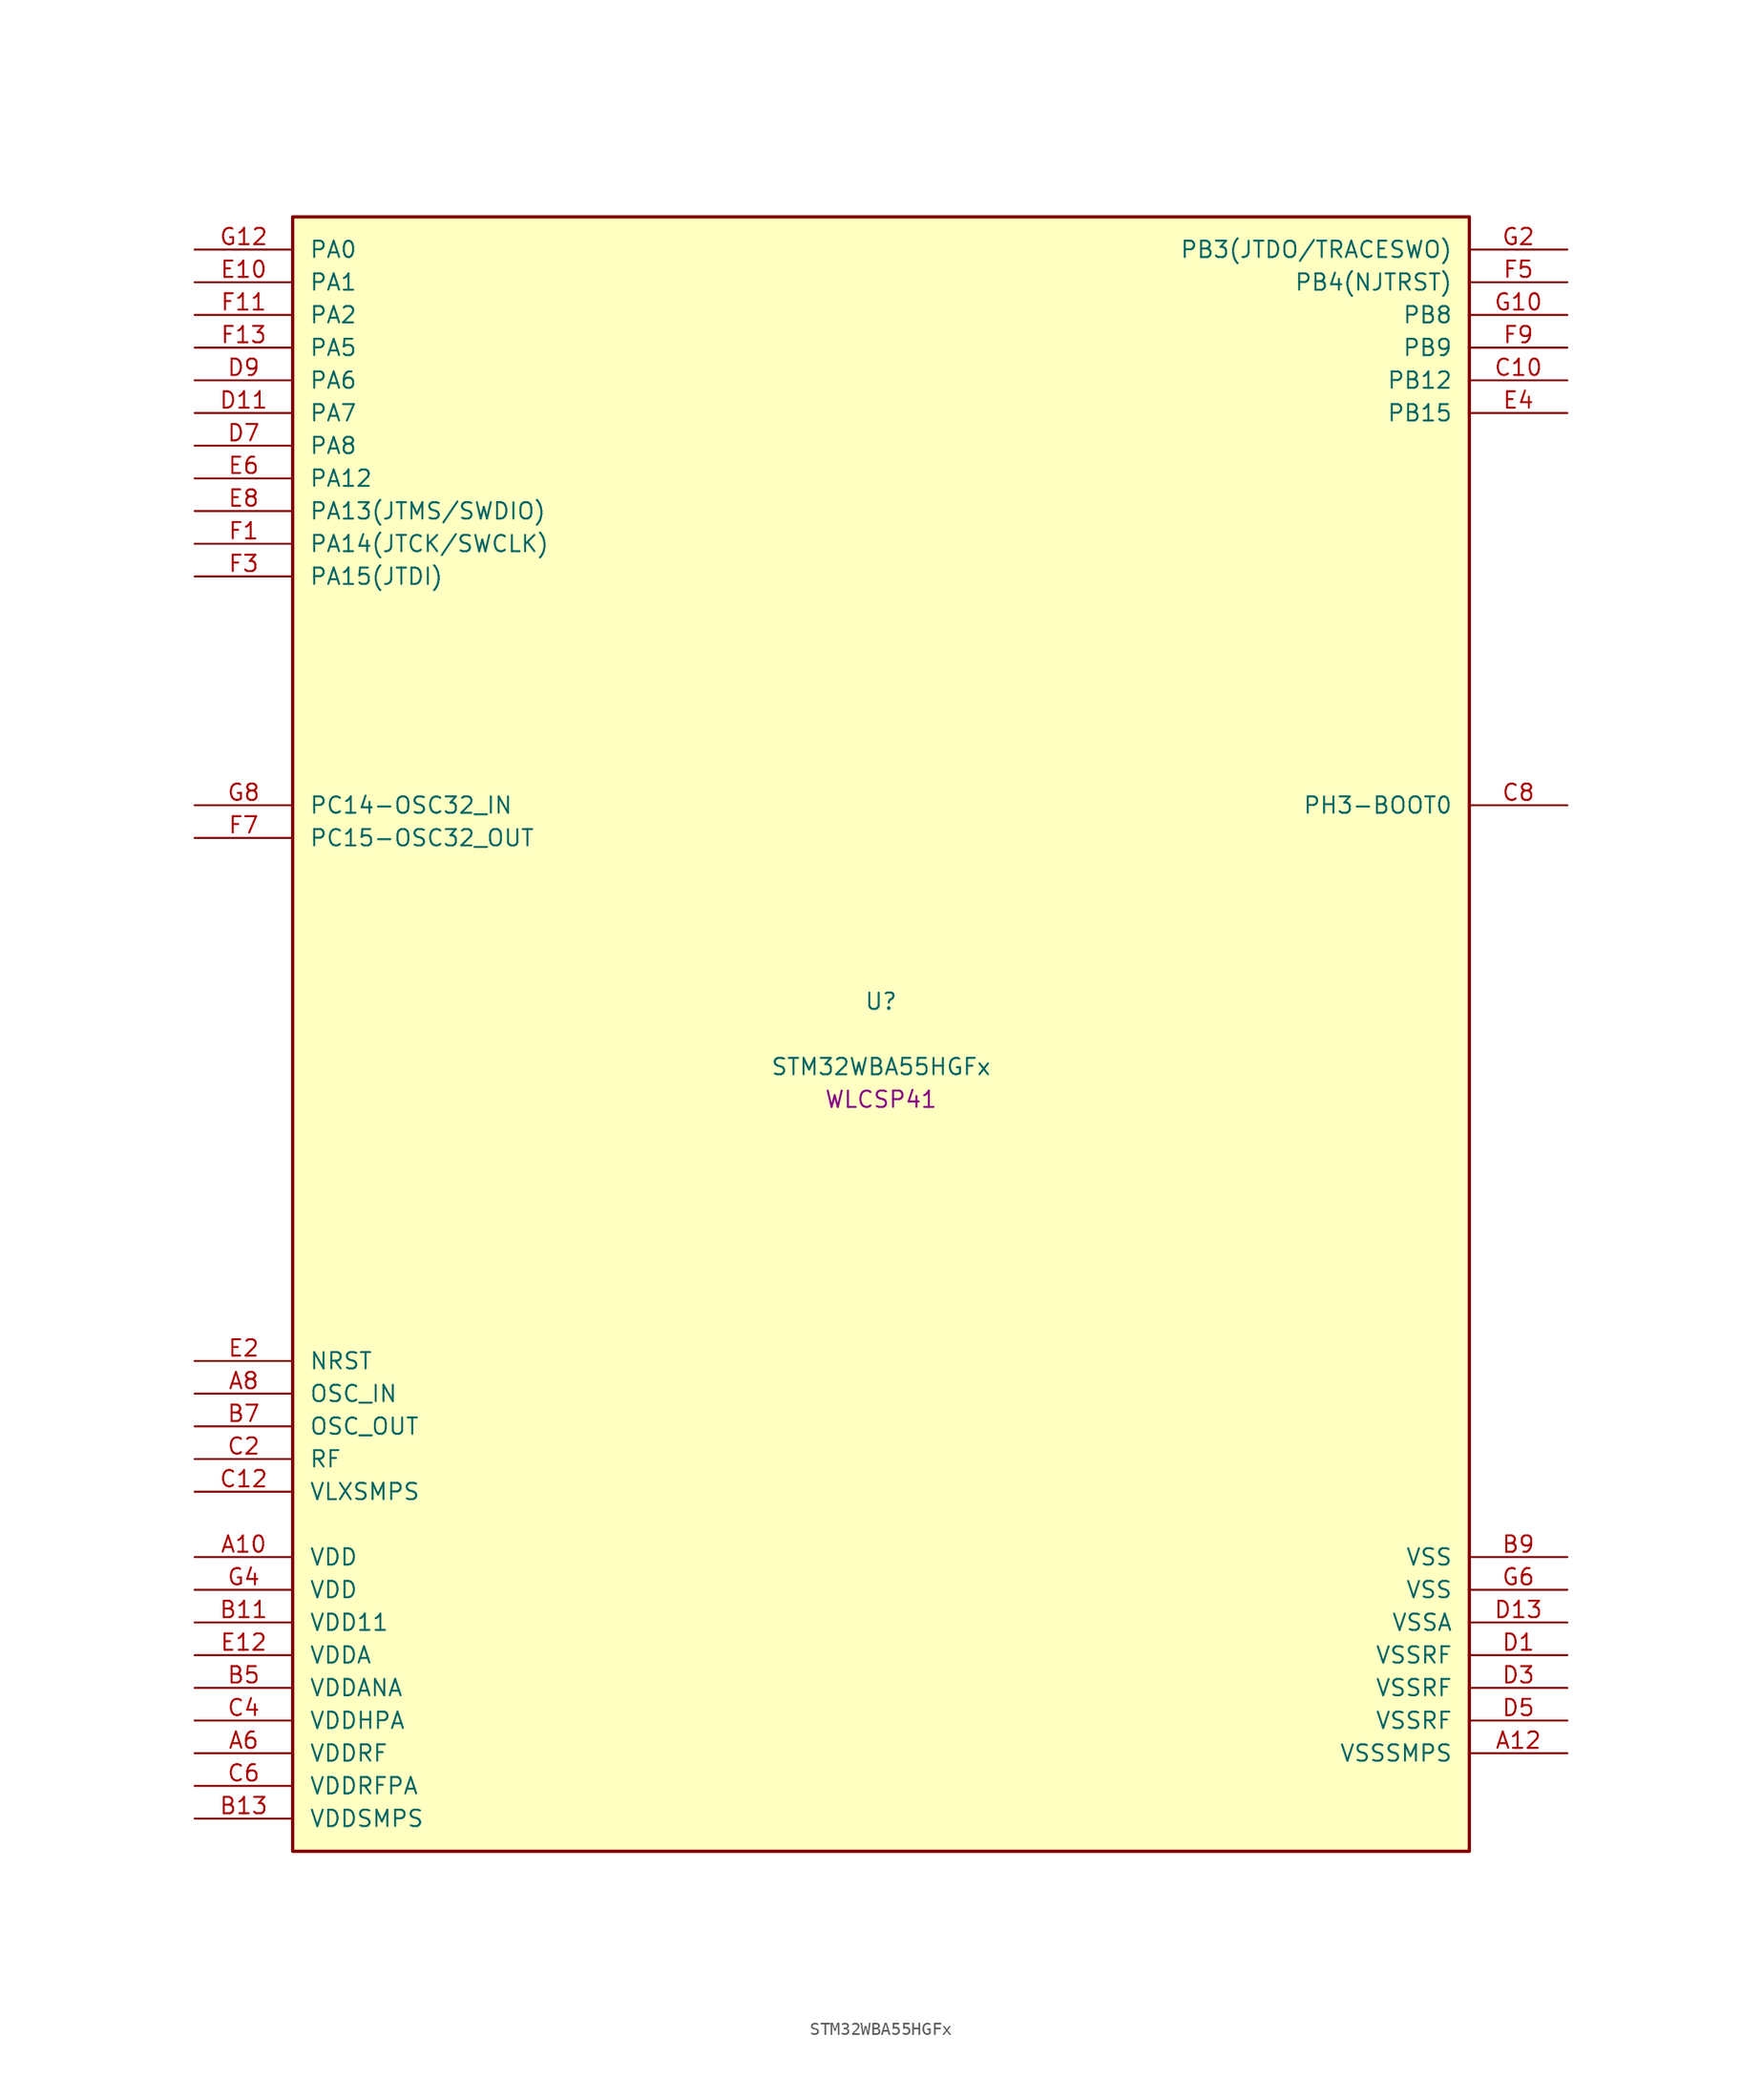
<source format=kicad_sym>
(kicad_symbol_lib
  (version 20241209)
  (generator "stm32_pkl_generator")
  (generator_version "1.0")
  (symbol "STM32WBA55HGFx"
    (pin_names
      (offset 1.27))
    (property "Reference" "U"
      (at 0 2.54 0))
    (property "Value" "STM32WBA55HGFx"
      (at 0 -2.54 0))
    (property "Footprint" "WLCSP41"
      (at 0 -5.08 0))
    (symbol "STM32WBA55HGFx_1_1"
      (rectangle (start -45.72 63.5) (end 45.72 -63.5) (stroke (width 0.254) (type solid)) (fill (type background)))
      (pin bidirectional line (at -53.34 60.96 0) (length 7.62) (name "PA0") (number "G12") (alternate "PA0/ADC4_IN9" bidirectional line) (alternate "PA0/COMP2_INP" bidirectional line) (alternate "PA0/LPTIM1_IN1" bidirectional line) (alternate "PA0/LPUART1_CTS" bidirectional line) (alternate "PA0/PWR_WKUP1" bidirectional line) (alternate "PA0/SPI3_SCK" bidirectional line) (alternate "PA0/TIM1_CH2N" bidirectional line) (alternate "PA0/TIM3_CH3" bidirectional line) (alternate "PA0/TIM3_ETR" bidirectional line) (alternate "PA0/TSC_G2_IO2" bidirectional line))
      (pin bidirectional line (at -53.34 58.42 0) (length 7.62) (name "PA1") (number "E10") (alternate "PA1/ADC4_IN8" bidirectional line) (alternate "PA1/COMP1_INM" bidirectional line) (alternate "PA1/LPTIM2_CH2" bidirectional line) (alternate "PA1/LPUART1_RX" bidirectional line) (alternate "PA1/PWR_WKUP3" bidirectional line) (alternate "PA1/SAI1_CK1" bidirectional line) (alternate "PA1/SPI1_RDY" bidirectional line) (alternate "PA1/TIM17_CH1" bidirectional line) (alternate "PA1/TIM1_CH1N" bidirectional line) (alternate "PA1/TIM3_CH2" bidirectional line) (alternate "PA1/TSC_G2_IO1" bidirectional line) (alternate "PA1/USART1_CK" bidirectional line))
      (pin bidirectional line (at -53.34 55.88 0) (length 7.62) (name "PA2") (number "F11") (alternate "PA2/ADC4_IN7" bidirectional line) (alternate "PA2/COMP1_INP" bidirectional line) (alternate "PA2/LPUART1_TX" bidirectional line) (alternate "PA2/PWR_WKUP4" bidirectional line) (alternate "PA2/RCC_LSCO" bidirectional line) (alternate "PA2/SAI1_D1" bidirectional line) (alternate "PA2/TIM16_CH1" bidirectional line) (alternate "PA2/TIM1_BKIN" bidirectional line) (alternate "PA2/TIM3_CH1" bidirectional line) (alternate "PA2/TSC_G4_IO4" bidirectional line) (alternate "PA2/USART1_DE" bidirectional line) (alternate "PA2/USART1_RTS" bidirectional line))
      (pin bidirectional line (at -53.34 53.34 0) (length 7.62) (name "PA5") (number "F13") (alternate "PA5/ADC4_IN4" bidirectional line) (alternate "PA5/AUDIOCLK" bidirectional line) (alternate "PA5/LPTIM2_ETR" bidirectional line) (alternate "PA5/PWR_CSLEEP" bidirectional line) (alternate "PA5/PWR_WKUP6" bidirectional line) (alternate "PA5/SAI1_D2" bidirectional line) (alternate "PA5/SPI3_NSS" bidirectional line) (alternate "PA5/TIM2_CH1" bidirectional line) (alternate "PA5/TIM2_ETR" bidirectional line) (alternate "PA5/TSC_G1_IO4" bidirectional line) (alternate "PA5/USART1_CK" bidirectional line))
      (pin bidirectional line (at -53.34 50.8 0) (length 7.62) (name "PA6") (number "D9") (alternate "PA6/ADC4_IN3" bidirectional line) (alternate "PA6/I2C3_SCL" bidirectional line) (alternate "PA6/PWR_CSTOP" bidirectional line) (alternate "PA6/PWR_WKUP7" bidirectional line) (alternate "PA6/SAI1_CK2" bidirectional line) (alternate "PA6/SAI1_MCLK_A" bidirectional line) (alternate "PA6/SPI3_RDY" bidirectional line) (alternate "PA6/TIM2_CH4" bidirectional line) (alternate "PA6/TSC_G1_IO3" bidirectional line) (alternate "PA6/USART1_DE" bidirectional line) (alternate "PA6/USART1_RTS" bidirectional line))
      (pin bidirectional line (at -53.34 48.26 0) (length 7.62) (name "PA7") (number "D11") (alternate "PA7/ADC4_IN2" bidirectional line) (alternate "PA7/COMP1_OUT" bidirectional line) (alternate "PA7/I2C3_SDA" bidirectional line) (alternate "PA7/PWR_WKUP8" bidirectional line) (alternate "PA7/SAI1_SCK_A" bidirectional line) (alternate "PA7/TAMP_IN1" bidirectional line) (alternate "PA7/TAMP_OUT2" bidirectional line) (alternate "PA7/TIM2_CH3" bidirectional line) (alternate "PA7/TSC_G1_IO2" bidirectional line) (alternate "PA7/USART1_CTS" bidirectional line))
      (pin bidirectional line (at -53.34 45.72 0) (length 7.62) (name "PA8") (number "D7") (alternate "PA8/ADC4_IN1" bidirectional line) (alternate "PA8/LPTIM1_CH2" bidirectional line) (alternate "PA8/RCC_MCO" bidirectional line) (alternate "PA8/SAI1_FS_A" bidirectional line) (alternate "PA8/SPI3_RDY" bidirectional line) (alternate "PA8/TIM2_CH2" bidirectional line) (alternate "PA8/TSC_G1_IO1" bidirectional line) (alternate "PA8/USART1_RX" bidirectional line))
      (pin bidirectional line (at -53.34 43.18 0) (length 7.62) (name "PA12") (number "E6") (alternate "PA12/COMP2_OUT" bidirectional line) (alternate "PA12/PTA_STATUS" bidirectional line) (alternate "PA12/PWR_WKUP6" bidirectional line) (alternate "PA12/RF_ANTSW0" bidirectional line) (alternate "PA12/SPI1_NSS" bidirectional line) (alternate "PA12/TIM1_CH2" bidirectional line) (alternate "PA12/TSC_G3_IO4" bidirectional line) (alternate "PA12/USART2_TX" bidirectional line))
      (pin bidirectional line (at -53.34 40.64 0) (length 7.62) (name "PA13(JTMS/SWDIO)") (number "E8") (alternate "PA13(JTMS/SWDIO)/DEBUG_JTMS-SWDIO" bidirectional line) (alternate "PA13(JTMS/SWDIO)/IR_OUT" bidirectional line) (alternate "PA13(JTMS/SWDIO)/PTA_PRIORITY" bidirectional line))
      (pin bidirectional line (at -53.34 38.1 0) (length 7.62) (name "PA14(JTCK/SWCLK)") (number "F1") (alternate "PA14(JTCK/SWCLK)/COMP2_OUT" bidirectional line) (alternate "PA14(JTCK/SWCLK)/DEBUG_JTCK-SWCLK" bidirectional line) (alternate "PA14(JTCK/SWCLK)/PTA_STATUS" bidirectional line) (alternate "PA14(JTCK/SWCLK)/TAMP_IN3" bidirectional line) (alternate "PA14(JTCK/SWCLK)/TAMP_OUT6" bidirectional line) (alternate "PA14(JTCK/SWCLK)/USART2_TX" bidirectional line))
      (pin bidirectional line (at -53.34 35.56 0) (length 7.62) (name "PA15(JTDI)") (number "F3") (alternate "PA15(JTDI)/ADC4_EXTI15" bidirectional line) (alternate "PA15(JTDI)/DEBUG_JTDI" bidirectional line) (alternate "PA15(JTDI)/I2C1_SCL" bidirectional line) (alternate "PA15(JTDI)/LPTIM1_CH2" bidirectional line) (alternate "PA15(JTDI)/PTA_STATUS" bidirectional line) (alternate "PA15(JTDI)/SPI1_MOSI" bidirectional line) (alternate "PA15(JTDI)/TIM17_BKIN" bidirectional line) (alternate "PA15(JTDI)/TIM1_ETR" bidirectional line) (alternate "PA15(JTDI)/TSC_G3_IO3" bidirectional line) (alternate "PA15(JTDI)/USART2_DE" bidirectional line) (alternate "PA15(JTDI)/USART2_RTS" bidirectional line))
      (pin bidirectional line (at 53.34 60.96 180) (length 7.62) (name "PB3(JTDO/TRACESWO)") (number "G2") (alternate "PB3(JTDO/TRACESWO)/DEBUG_JTDO-SWO" bidirectional line) (alternate "PB3(JTDO/TRACESWO)/I2C1_SDA" bidirectional line) (alternate "PB3(JTDO/TRACESWO)/LPTIM1_IN2" bidirectional line) (alternate "PB3(JTDO/TRACESWO)/PTA_ACTIVE" bidirectional line) (alternate "PB3(JTDO/TRACESWO)/SPI1_MISO" bidirectional line) (alternate "PB3(JTDO/TRACESWO)/TIM17_CH1N" bidirectional line) (alternate "PB3(JTDO/TRACESWO)/TIM1_CH4" bidirectional line) (alternate "PB3(JTDO/TRACESWO)/TSC_G3_IO2" bidirectional line) (alternate "PB3(JTDO/TRACESWO)/USART2_CK" bidirectional line))
      (pin bidirectional line (at 53.34 58.42 180) (length 7.62) (name "PB4(NJTRST)") (number "F5") (alternate "PB4(NJTRST)/DEBUG_JTRST" bidirectional line) (alternate "PB4(NJTRST)/LPTIM2_IN2" bidirectional line) (alternate "PB4(NJTRST)/PTA_ACTIVE" bidirectional line) (alternate "PB4(NJTRST)/PTA_PRIORITY" bidirectional line) (alternate "PB4(NJTRST)/SAI1_MCLK_B" bidirectional line) (alternate "PB4(NJTRST)/SPI1_SCK" bidirectional line) (alternate "PB4(NJTRST)/TIM17_CH1" bidirectional line) (alternate "PB4(NJTRST)/TIM1_CH3" bidirectional line) (alternate "PB4(NJTRST)/TSC_G3_IO1" bidirectional line) (alternate "PB4(NJTRST)/USART2_RX" bidirectional line))
      (pin bidirectional line (at 53.34 55.88 180) (length 7.62) (name "PB8") (number "G10") (alternate "PB8/COMP1_OUT" bidirectional line) (alternate "PB8/LPTIM1_ETR" bidirectional line) (alternate "PB8/PWR_PVD_IN" bidirectional line) (alternate "PB8/SPI3_MOSI" bidirectional line) (alternate "PB8/TIM16_CH1N" bidirectional line) (alternate "PB8/TIM1_CH1" bidirectional line) (alternate "PB8/TIM3_ETR" bidirectional line) (alternate "PB8/TSC_G2_IO4" bidirectional line) (alternate "PB8/USART2_RX" bidirectional line))
      (pin bidirectional line (at 53.34 53.34 180) (length 7.62) (name "PB9") (number "F9") (alternate "PB9/ADC4_IN10" bidirectional line) (alternate "PB9/COMP2_INM" bidirectional line) (alternate "PB9/IR_OUT" bidirectional line) (alternate "PB9/LPTIM2_IN1" bidirectional line) (alternate "PB9/LPUART1_DE" bidirectional line) (alternate "PB9/LPUART1_RTS" bidirectional line) (alternate "PB9/PWR_WKUP8" bidirectional line) (alternate "PB9/SPI3_MISO" bidirectional line) (alternate "PB9/TIM16_CH1" bidirectional line) (alternate "PB9/TIM1_CH3N" bidirectional line) (alternate "PB9/TIM3_CH4" bidirectional line) (alternate "PB9/TSC_G2_IO3" bidirectional line))
      (pin bidirectional line (at 53.34 50.8 180) (length 7.62) (name "PB12") (number "C10") (alternate "PB12/SAI1_SD_A" bidirectional line) (alternate "PB12/SPI1_RDY" bidirectional line) (alternate "PB12/TIM2_CH1" bidirectional line) (alternate "PB12/TIM2_ETR" bidirectional line) (alternate "PB12/TIM3_ETR" bidirectional line) (alternate "PB12/TSC_SYNC" bidirectional line) (alternate "PB12/USART1_TX" bidirectional line))
      (pin bidirectional line (at 53.34 48.26 180) (length 7.62) (name "PB15") (number "E4") (alternate "PB15/ADC4_EXTI15" bidirectional line) (alternate "PB15/I2C1_SMBA" bidirectional line) (alternate "PB15/I2C3_SMBA" bidirectional line) (alternate "PB15/LPUART1_CTS" bidirectional line) (alternate "PB15/PTA_GRANT" bidirectional line) (alternate "PB15/RF_EXTPABYP" bidirectional line) (alternate "PB15/TIM16_BKIN" bidirectional line) (alternate "PB15/TIM1_BKIN2" bidirectional line) (alternate "PB15/USART2_CTS" bidirectional line))
      (pin bidirectional line (at -53.34 17.78 0) (length 7.62) (name "PC14-OSC32_IN") (number "G8") (alternate "PC14-OSC32_IN/RCC_OSC32_IN" bidirectional line))
      (pin bidirectional line (at -53.34 15.24 0) (length 7.62) (name "PC15-OSC32_OUT") (number "F7") (alternate "PC15-OSC32_OUT/ADC4_EXTI15" bidirectional line) (alternate "PC15-OSC32_OUT/RCC_OSC32_OUT" bidirectional line))
      (pin bidirectional line (at 53.34 17.78 180) (length 7.62) (name "PH3-BOOT0") (number "C8") (alternate "PH3-BOOT0/PTA_GRANT" bidirectional line) (alternate "PH3-BOOT0/RF_EXTPABYP" bidirectional line) (alternate "PH3-BOOT0/TAMP_IN2" bidirectional line) (alternate "PH3-BOOT0/TAMP_OUT1" bidirectional line))
      (pin input line (at -53.34 -25.4 0) (length 7.62) (name "NRST") (number "E2"))
      (pin bidirectional line (at -53.34 -27.94 0) (length 7.62) (name "OSC_IN") (number "A8") (alternate "OSC_IN/RCC_OSC_IN" bidirectional line))
      (pin bidirectional line (at -53.34 -30.48 0) (length 7.62) (name "OSC_OUT") (number "B7") (alternate "OSC_OUT/RCC_OSC_OUT" bidirectional line))
      (pin bidirectional line (at -53.34 -33.02 0) (length 7.62) (name "RF") (number "C2"))
      (pin power_in line (at -53.34 -35.56 0) (length 7.62) (name "VLXSMPS") (number "C12"))
      (pin power_in line (at -53.34 -40.64 0) (length 7.62) (name "VDD") (number "A10"))
      (pin power_in line (at -53.34 -43.18 0) (length 7.62) (name "VDD") (number "G4"))
      (pin power_in line (at -53.34 -45.72 0) (length 7.62) (name "VDD11") (number "B11"))
      (pin power_in line (at -53.34 -48.26 0) (length 7.62) (name "VDDA") (number "E12"))
      (pin power_in line (at -53.34 -50.8 0) (length 7.62) (name "VDDANA") (number "B5"))
      (pin power_in line (at -53.34 -53.34 0) (length 7.62) (name "VDDHPA") (number "C4"))
      (pin power_in line (at -53.34 -55.88 0) (length 7.62) (name "VDDRF") (number "A6"))
      (pin power_in line (at -53.34 -58.42 0) (length 7.62) (name "VDDRFPA") (number "C6"))
      (pin power_in line (at -53.34 -60.96 0) (length 7.62) (name "VDDSMPS") (number "B13"))
      (pin power_in line (at 53.34 -40.64 180) (length 7.62) (name "VSS") (number "B9"))
      (pin power_in line (at 53.34 -43.18 180) (length 7.62) (name "VSS") (number "G6"))
      (pin power_in line (at 53.34 -45.72 180) (length 7.62) (name "VSSA") (number "D13"))
      (pin power_in line (at 53.34 -48.26 180) (length 7.62) (name "VSSRF") (number "D1"))
      (pin power_in line (at 53.34 -50.8 180) (length 7.62) (name "VSSRF") (number "D3"))
      (pin power_in line (at 53.34 -53.34 180) (length 7.62) (name "VSSRF") (number "D5"))
      (pin power_in line (at 53.34 -55.88 180) (length 7.62) (name "VSSSMPS") (number "A12")))))
</source>
